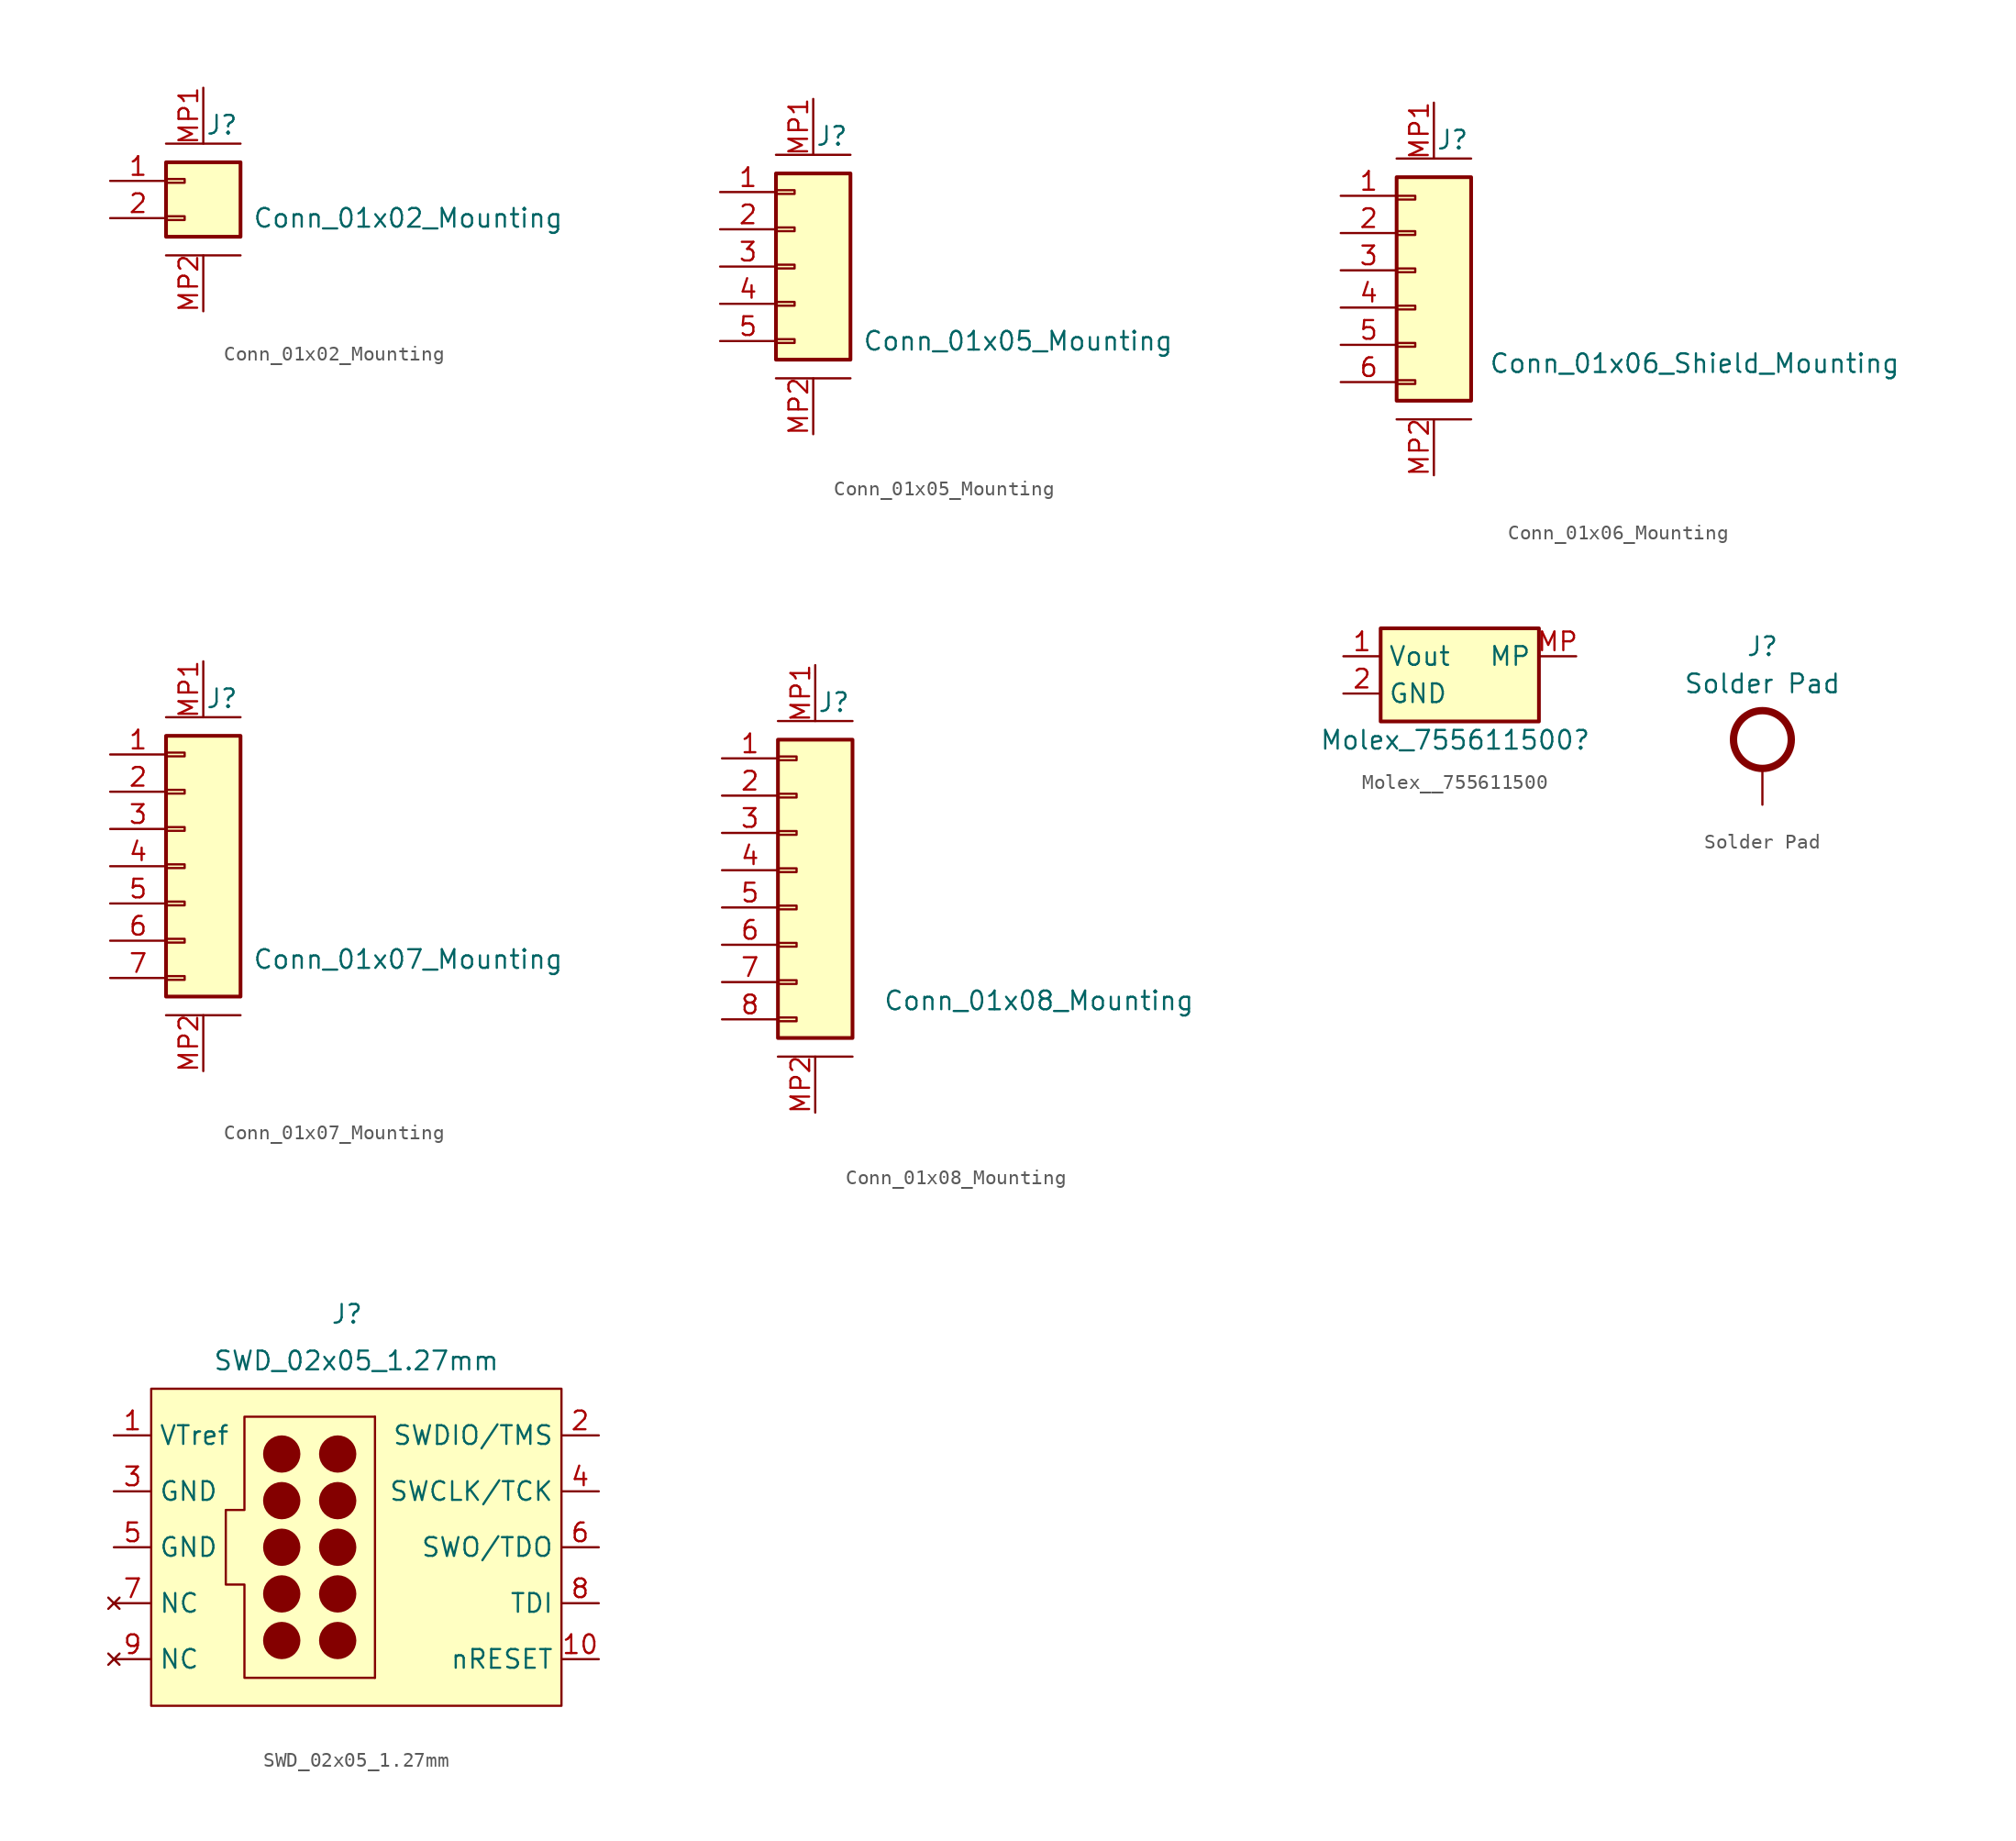
<source format=kicad_sym>
(kicad_symbol_lib
  (version 20220914)
  (generator kicad_symbol_editor)
  (symbol "Conn_01x02_Mounting"
    (pin_names
      (offset 1.016) hide)
    (property "Reference" "J"
      (at 2.54 3.81 0)
      (effects (font (size 1.27 1.27))))
    (property "Value" "Conn_01x02_Mounting"
      (at 15.24 -2.54 0)
      (effects (font (size 1.27 1.27))))
    (symbol "Conn_01x02_Mounting_0_1"
      (polyline (pts (xy -1.27 -5.08) (xy 3.81 -5.08)) (stroke (width 0) (type default)) (fill (type none)))
      (polyline (pts (xy -1.27 2.54) (xy 3.81 2.54)) (stroke (width 0) (type default)) (fill (type none))))
    (symbol "Conn_01x02_Mounting_1_1"
      (rectangle (start -1.27 -2.413) (end 0 -2.667) (stroke (width 0.152) (type default)) (fill (type none)))
      (rectangle (start -1.27 0.127) (end 0 -0.127) (stroke (width 0.152) (type default)) (fill (type none)))
      (rectangle (start -1.27 1.27) (end 3.81 -3.81) (stroke (width 0.254) (type default)) (fill (type background)))
      (pin passive line (at -5.08 0 0) (length 3.81) (name "Pin_1" (effects (font (size 1.27 1.27)))) (number "1" (effects (font (size 1.27 1.27)))))
      (pin passive line (at -5.08 -2.54 0) (length 3.81) (name "Pin_2" (effects (font (size 1.27 1.27)))) (number "2" (effects (font (size 1.27 1.27)))))
      (pin passive line (at 1.27 6.35 270) (length 3.81) (name "MP1" (effects (font (size 1.27 1.27)))) (number "MP1" (effects (font (size 1.27 1.27)))))
      (pin passive line (at 1.27 -8.89 90) (length 3.81) (name "MP2" (effects (font (size 1.27 1.27)))) (number "MP2" (effects (font (size 1.27 1.27)))))))
  (symbol "Conn_01x05_Mounting"
    (pin_names
      (offset 1.016) hide)
    (property "Reference" "J"
      (at 2.54 8.89 0)
      (effects (font (size 1.27 1.27))))
    (property "Value" "Conn_01x05_Mounting"
      (at 15.24 -5.08 0)
      (effects (font (size 1.27 1.27))))
    (symbol "Conn_01x05_Mounting_0_1"
      (polyline (pts (xy -1.27 -7.62) (xy 3.81 -7.62)) (stroke (width 0) (type default)) (fill (type none)))
      (polyline (pts (xy -1.27 7.62) (xy 3.81 7.62)) (stroke (width 0) (type default)) (fill (type none))))
    (symbol "Conn_01x05_Mounting_1_1"
      (rectangle (start -1.27 -4.953) (end 0 -5.207) (stroke (width 0.152) (type default)) (fill (type none)))
      (rectangle (start -1.27 -2.413) (end 0 -2.667) (stroke (width 0.152) (type default)) (fill (type none)))
      (rectangle (start -1.27 0.127) (end 0 -0.127) (stroke (width 0.152) (type default)) (fill (type none)))
      (rectangle (start -1.27 2.667) (end 0 2.413) (stroke (width 0.152) (type default)) (fill (type none)))
      (rectangle (start -1.27 5.207) (end 0 4.953) (stroke (width 0.152) (type default)) (fill (type none)))
      (rectangle (start -1.27 6.35) (end 3.81 -6.35) (stroke (width 0.254) (type default)) (fill (type background)))
      (pin passive line (at -5.08 5.08 0) (length 3.81) (name "Pin_1" (effects (font (size 1.27 1.27)))) (number "1" (effects (font (size 1.27 1.27)))))
      (pin passive line (at -5.08 2.54 0) (length 3.81) (name "Pin_2" (effects (font (size 1.27 1.27)))) (number "2" (effects (font (size 1.27 1.27)))))
      (pin passive line (at -5.08 0 0) (length 3.81) (name "Pin_3" (effects (font (size 1.27 1.27)))) (number "3" (effects (font (size 1.27 1.27)))))
      (pin passive line (at -5.08 -2.54 0) (length 3.81) (name "Pin_4" (effects (font (size 1.27 1.27)))) (number "4" (effects (font (size 1.27 1.27)))))
      (pin passive line (at -5.08 -5.08 0) (length 3.81) (name "Pin_5" (effects (font (size 1.27 1.27)))) (number "5" (effects (font (size 1.27 1.27)))))
      (pin passive line (at 1.27 11.43 270) (length 3.81) (name "MP1" (effects (font (size 1.27 1.27)))) (number "MP1" (effects (font (size 1.27 1.27)))))
      (pin passive line (at 1.27 -11.43 90) (length 3.81) (name "MP2" (effects (font (size 1.27 1.27)))) (number "MP2" (effects (font (size 1.27 1.27)))))))
  (symbol "Conn_01x06_Mounting"
    (pin_names
      (offset 1.016) hide)
    (property "Reference" "J"
      (at 2.54 8.89 0)
      (effects (font (size 1.27 1.27))))
    (property "Value" "Conn_01x06_Shield_Mounting"
      (at 19.05 -6.35 0)
      (effects (font (size 1.27 1.27))))
    (symbol "Conn_01x06_Mounting_0_1"
      (polyline (pts (xy -1.27 -10.16) (xy 3.81 -10.16)) (stroke (width 0) (type default)) (fill (type none)))
      (polyline (pts (xy -1.27 7.62) (xy 3.81 7.62)) (stroke (width 0) (type default)) (fill (type none))))
    (symbol "Conn_01x06_Mounting_1_1"
      (rectangle (start -1.27 -7.493) (end 0 -7.747) (stroke (width 0.152) (type default)) (fill (type none)))
      (rectangle (start -1.27 -4.953) (end 0 -5.207) (stroke (width 0.152) (type default)) (fill (type none)))
      (rectangle (start -1.27 -2.413) (end 0 -2.667) (stroke (width 0.152) (type default)) (fill (type none)))
      (rectangle (start -1.27 0.127) (end 0 -0.127) (stroke (width 0.152) (type default)) (fill (type none)))
      (rectangle (start -1.27 2.667) (end 0 2.413) (stroke (width 0.152) (type default)) (fill (type none)))
      (rectangle (start -1.27 5.08) (end 0 4.826) (stroke (width 0.152) (type default)) (fill (type none)))
      (rectangle (start -1.27 6.35) (end 3.81 -8.89) (stroke (width 0.254) (type default)) (fill (type background)))
      (pin passive line (at -5.08 5.08 0) (length 3.81) (name "Pin_1" (effects (font (size 1.27 1.27)))) (number "1" (effects (font (size 1.27 1.27)))))
      (pin passive line (at -5.08 2.54 0) (length 3.81) (name "Pin_2" (effects (font (size 1.27 1.27)))) (number "2" (effects (font (size 1.27 1.27)))))
      (pin passive line (at -5.08 0 0) (length 3.81) (name "Pin_3" (effects (font (size 1.27 1.27)))) (number "3" (effects (font (size 1.27 1.27)))))
      (pin passive line (at -5.08 -2.54 0) (length 3.81) (name "Pin_4" (effects (font (size 1.27 1.27)))) (number "4" (effects (font (size 1.27 1.27)))))
      (pin passive line (at -5.08 -5.08 0) (length 3.81) (name "Pin_5" (effects (font (size 1.27 1.27)))) (number "5" (effects (font (size 1.27 1.27)))))
      (pin passive line (at -5.08 -7.62 0) (length 3.81) (name "Pin_6" (effects (font (size 1.27 1.27)))) (number "6" (effects (font (size 1.27 1.27)))))
      (pin passive line (at 1.27 11.43 270) (length 3.81) (name "MP1" (effects (font (size 1.27 1.27)))) (number "MP1" (effects (font (size 1.27 1.27)))))
      (pin passive line (at 1.27 -13.97 90) (length 3.81) (name "MP2" (effects (font (size 1.27 1.27)))) (number "MP2" (effects (font (size 1.27 1.27)))))))
  (symbol "Conn_01x07_Mounting"
    (pin_names
      (offset 1.016) hide)
    (property "Reference" "J"
      (at 2.54 11.43 0)
      (effects (font (size 1.27 1.27))))
    (property "Value" "Conn_01x07_Mounting"
      (at 15.24 -6.35 0)
      (effects (font (size 1.27 1.27))))
    (symbol "Conn_01x07_Mounting_0_1"
      (polyline (pts (xy -1.27 -10.16) (xy 3.81 -10.16)) (stroke (width 0) (type default)) (fill (type none)))
      (polyline (pts (xy -1.27 10.16) (xy 3.81 10.16)) (stroke (width 0) (type default)) (fill (type none))))
    (symbol "Conn_01x07_Mounting_1_1"
      (rectangle (start -1.27 -7.493) (end 0 -7.747) (stroke (width 0.152) (type default)) (fill (type none)))
      (rectangle (start -1.27 -4.953) (end 0 -5.207) (stroke (width 0.152) (type default)) (fill (type none)))
      (rectangle (start -1.27 -2.413) (end 0 -2.667) (stroke (width 0.152) (type default)) (fill (type none)))
      (rectangle (start -1.27 0.127) (end 0 -0.127) (stroke (width 0.152) (type default)) (fill (type none)))
      (rectangle (start -1.27 2.667) (end 0 2.413) (stroke (width 0.152) (type default)) (fill (type none)))
      (rectangle (start -1.27 5.207) (end 0 4.953) (stroke (width 0.152) (type default)) (fill (type none)))
      (rectangle (start -1.27 7.747) (end 0 7.493) (stroke (width 0.152) (type default)) (fill (type none)))
      (rectangle (start -1.27 8.89) (end 3.81 -8.89) (stroke (width 0.254) (type default)) (fill (type background)))
      (pin passive line (at -5.08 7.62 0) (length 3.81) (name "Pin_1" (effects (font (size 1.27 1.27)))) (number "1" (effects (font (size 1.27 1.27)))))
      (pin passive line (at -5.08 5.08 0) (length 3.81) (name "Pin_2" (effects (font (size 1.27 1.27)))) (number "2" (effects (font (size 1.27 1.27)))))
      (pin passive line (at -5.08 2.54 0) (length 3.81) (name "Pin_3" (effects (font (size 1.27 1.27)))) (number "3" (effects (font (size 1.27 1.27)))))
      (pin passive line (at -5.08 0 0) (length 3.81) (name "Pin_4" (effects (font (size 1.27 1.27)))) (number "4" (effects (font (size 1.27 1.27)))))
      (pin passive line (at -5.08 -2.54 0) (length 3.81) (name "Pin_5" (effects (font (size 1.27 1.27)))) (number "5" (effects (font (size 1.27 1.27)))))
      (pin passive line (at -5.08 -5.08 0) (length 3.81) (name "Pin_6" (effects (font (size 1.27 1.27)))) (number "6" (effects (font (size 1.27 1.27)))))
      (pin passive line (at -5.08 -7.62 0) (length 3.81) (name "Pin_7" (effects (font (size 1.27 1.27)))) (number "7" (effects (font (size 1.27 1.27)))))
      (pin passive line (at 1.27 13.97 270) (length 3.81) (name "MP1" (effects (font (size 1.27 1.27)))) (number "MP1" (effects (font (size 1.27 1.27)))))
      (pin passive line (at 1.27 -13.97 90) (length 3.81) (name "MP2" (effects (font (size 1.27 1.27)))) (number "MP2" (effects (font (size 1.27 1.27)))))))
  (symbol "Conn_01x08_Mounting"
    (pin_names
      (offset 1.016) hide)
    (property "Reference" "J"
      (at 2.54 11.43 0)
      (effects (font (size 1.27 1.27))))
    (property "Value" "Conn_01x08_Mounting"
      (at 16.51 -8.89 0)
      (effects (font (size 1.27 1.27))))
    (symbol "Conn_01x08_Mounting_0_1"
      (polyline (pts (xy -1.27 -12.7) (xy 3.81 -12.7)) (stroke (width 0) (type default)) (fill (type none)))
      (polyline (pts (xy -1.27 10.16) (xy 3.81 10.16)) (stroke (width 0) (type default)) (fill (type none))))
    (symbol "Conn_01x08_Mounting_1_1"
      (rectangle (start -1.27 -10.033) (end 0 -10.287) (stroke (width 0.152) (type default)) (fill (type none)))
      (rectangle (start -1.27 -7.493) (end 0 -7.747) (stroke (width 0.152) (type default)) (fill (type none)))
      (rectangle (start -1.27 -4.953) (end 0 -5.207) (stroke (width 0.152) (type default)) (fill (type none)))
      (rectangle (start -1.27 -2.413) (end 0 -2.667) (stroke (width 0.152) (type default)) (fill (type none)))
      (rectangle (start -1.27 0.127) (end 0 -0.127) (stroke (width 0.152) (type default)) (fill (type none)))
      (rectangle (start -1.27 2.667) (end 0 2.413) (stroke (width 0.152) (type default)) (fill (type none)))
      (rectangle (start -1.27 5.207) (end 0 4.953) (stroke (width 0.152) (type default)) (fill (type none)))
      (rectangle (start -1.27 7.747) (end 0 7.493) (stroke (width 0.152) (type default)) (fill (type none)))
      (rectangle (start -1.27 8.89) (end 3.81 -11.43) (stroke (width 0.254) (type default)) (fill (type background)))
      (pin passive line (at -5.08 7.62 0) (length 3.81) (name "Pin_1" (effects (font (size 1.27 1.27)))) (number "1" (effects (font (size 1.27 1.27)))))
      (pin passive line (at -5.08 5.08 0) (length 3.81) (name "Pin_2" (effects (font (size 1.27 1.27)))) (number "2" (effects (font (size 1.27 1.27)))))
      (pin passive line (at -5.08 2.54 0) (length 3.81) (name "Pin_3" (effects (font (size 1.27 1.27)))) (number "3" (effects (font (size 1.27 1.27)))))
      (pin passive line (at -5.08 0 0) (length 3.81) (name "Pin_4" (effects (font (size 1.27 1.27)))) (number "4" (effects (font (size 1.27 1.27)))))
      (pin passive line (at -5.08 -2.54 0) (length 3.81) (name "Pin_5" (effects (font (size 1.27 1.27)))) (number "5" (effects (font (size 1.27 1.27)))))
      (pin passive line (at -5.08 -5.08 0) (length 3.81) (name "Pin_6" (effects (font (size 1.27 1.27)))) (number "6" (effects (font (size 1.27 1.27)))))
      (pin passive line (at -5.08 -7.62 0) (length 3.81) (name "Pin_7" (effects (font (size 1.27 1.27)))) (number "7" (effects (font (size 1.27 1.27)))))
      (pin passive line (at -5.08 -10.16 0) (length 3.81) (name "Pin_8" (effects (font (size 1.27 1.27)))) (number "8" (effects (font (size 1.27 1.27)))))
      (pin passive line (at 1.27 13.97 270) (length 3.81) (name "MP1" (effects (font (size 1.27 1.27)))) (number "MP1" (effects (font (size 1.27 1.27)))))
      (pin passive line (at 1.27 -16.51 90) (length 3.81) (name "MP2" (effects (font (size 1.27 1.27)))) (number "MP2" (effects (font (size 1.27 1.27)))))))
  (symbol "Molex__755611500"
    (property "Reference" "Molex_755611500"
      (at 0 0 0)
      (effects (font (size 1.27 1.27))))
    (property "Value" ""
      (at 0 0 0)
      (effects (font (size 1.27 1.27))))
    (symbol "Molex__755611500_1_1"
      (rectangle (start -5.08 7.62) (end 5.715 1.27) (stroke (width 0.254) (type default)) (fill (type background)))
      (pin passive line (at -7.62 5.715 0) (length 2.54) (name "Vout" (effects (font (size 1.27 1.27)))) (number "1" (effects (font (size 1.27 1.27)))))
      (pin passive line (at -7.62 3.175 0) (length 2.54) (name "GND" (effects (font (size 1.27 1.27)))) (number "2" (effects (font (size 1.27 1.27)))))
      (pin passive line (at 8.255 5.715 180) (length 2.54) (name "MP" (effects (font (size 1.27 1.27)))) (number "MP" (effects (font (size 1.27 1.27)))))))
  (symbol "Solder Pad"
    (pin_numbers hide)
    (pin_names
      (offset 0.762) hide)
    (property "Reference" "J"
      (at 0 10.795 0)
      (effects (font (size 1.27 1.27))))
    (property "Value" "Solder Pad"
      (at 0 8.255 0)
      (effects (font (size 1.27 1.27))))
    (symbol "Solder Pad_1_1"
      (circle (center 0 4.445) (radius 1.972) (stroke (width 0.5) (type default)) (fill (type none)))
      (pin passive line (at 0 0 90) (length 2.54) (name "1" (effects (font (size 1.27 1.27)))) (number "1" (effects (font (size 1.27 1.27)))))))
  (symbol "SWD_02x05_1.27mm"
    (property "Reference" "J"
      (at -0.635 15.875 0)
      (effects (font (size 1.27 1.27))))
    (property "Value" "SWD_02x05_1.27mm"
      (at 0 12.7 0)
      (effects (font (size 1.27 1.27))))
    (symbol "SWD_02x05_1.27mm_0_0"
      (circle (center -5.08 -6.35) (radius 0.0001) (stroke (width 1.27) (type default)) (fill (type none)))
      (circle (center -5.08 -3.175) (radius 0.0001) (stroke (width 1.27) (type default)) (fill (type none)))
      (circle (center -5.08 0) (radius 0.0001) (stroke (width 1.27) (type default)) (fill (type none)))
      (circle (center -5.08 3.175) (radius 0.0001) (stroke (width 1.27) (type default)) (fill (type none)))
      (circle (center -5.08 6.35) (radius 0.0001) (stroke (width 1.27) (type default)) (fill (type none)))
      (circle (center -1.27 -6.35) (radius 0.0001) (stroke (width 1.27) (type default)) (fill (type none)))
      (circle (center -1.27 -3.175) (radius 0.0001) (stroke (width 1.27) (type default)) (fill (type none)))
      (circle (center -1.27 0) (radius 0.0001) (stroke (width 1.27) (type default)) (fill (type none)))
      (circle (center -1.27 3.175) (radius 0.0001) (stroke (width 1.27) (type default)) (fill (type none)))
      (circle (center -1.27 6.35) (radius 0.0001) (stroke (width 1.27) (type default)) (fill (type none)))
      (polyline (pts (xy -3.175 -10.795) (xy -13.97 -10.795) (xy -13.97 10.795) (xy 13.97 10.795) (xy 13.97 -10.795) (xy -3.175 -10.795)) (stroke (width 0) (type default)) (fill (type background)))
      (polyline (pts (xy 1.27 8.89) (xy -7.62 8.89) (xy -7.62 2.54) (xy -8.89 2.54) (xy -8.89 -2.54) (xy -7.62 -2.54) (xy -7.62 -8.89) (xy 1.27 -8.89)) (stroke (width 0) (type default)) (fill (type none))))
    (symbol "SWD_02x05_1.27mm_0_1"
      (polyline (pts (xy 1.27 -8.89) (xy 1.27 8.89)) (stroke (width 0) (type default)) (fill (type none))))
    (symbol "SWD_02x05_1.27mm_1_1"
      (pin power_in line (at -16.51 7.62 0) (length 2.54) (name "VTref" (effects (font (size 1.27 1.27)))) (number "1" (effects (font (size 1.27 1.27)))))
      (pin bidirectional line (at 16.51 -7.62 180) (length 2.54) (name "nRESET" (effects (font (size 1.27 1.27)))) (number "10" (effects (font (size 1.27 1.27)))))
      (pin bidirectional line (at 16.51 7.62 180) (length 2.54) (name "SWDIO/TMS" (effects (font (size 1.27 1.27)))) (number "2" (effects (font (size 1.27 1.27)))))
      (pin power_in line (at -16.51 3.81 0) (length 2.54) (name "GND" (effects (font (size 1.27 1.27)))) (number "3" (effects (font (size 1.27 1.27)))))
      (pin bidirectional line (at 16.51 3.81 180) (length 2.54) (name "SWCLK/TCK" (effects (font (size 1.27 1.27)))) (number "4" (effects (font (size 1.27 1.27)))))
      (pin power_in line (at -16.51 0 0) (length 2.54) (name "GND" (effects (font (size 1.27 1.27)))) (number "5" (effects (font (size 1.27 1.27)))))
      (pin input line (at 16.51 0 180) (length 2.54) (name "SWO/TDO" (effects (font (size 1.27 1.27)))) (number "6" (effects (font (size 1.27 1.27)))))
      (pin no_connect line (at -16.51 -3.81 0) (length 2.54) (name "NC" (effects (font (size 1.27 1.27)))) (number "7" (effects (font (size 1.27 1.27)))))
      (pin input line (at 16.51 -3.81 180) (length 2.54) (name "TDI" (effects (font (size 1.27 1.27)))) (number "8" (effects (font (size 1.27 1.27)))))
      (pin no_connect line (at -16.51 -7.62 0) (length 2.54) (name "NC" (effects (font (size 1.27 1.27)))) (number "9" (effects (font (size 1.27 1.27))))))))
</source>
